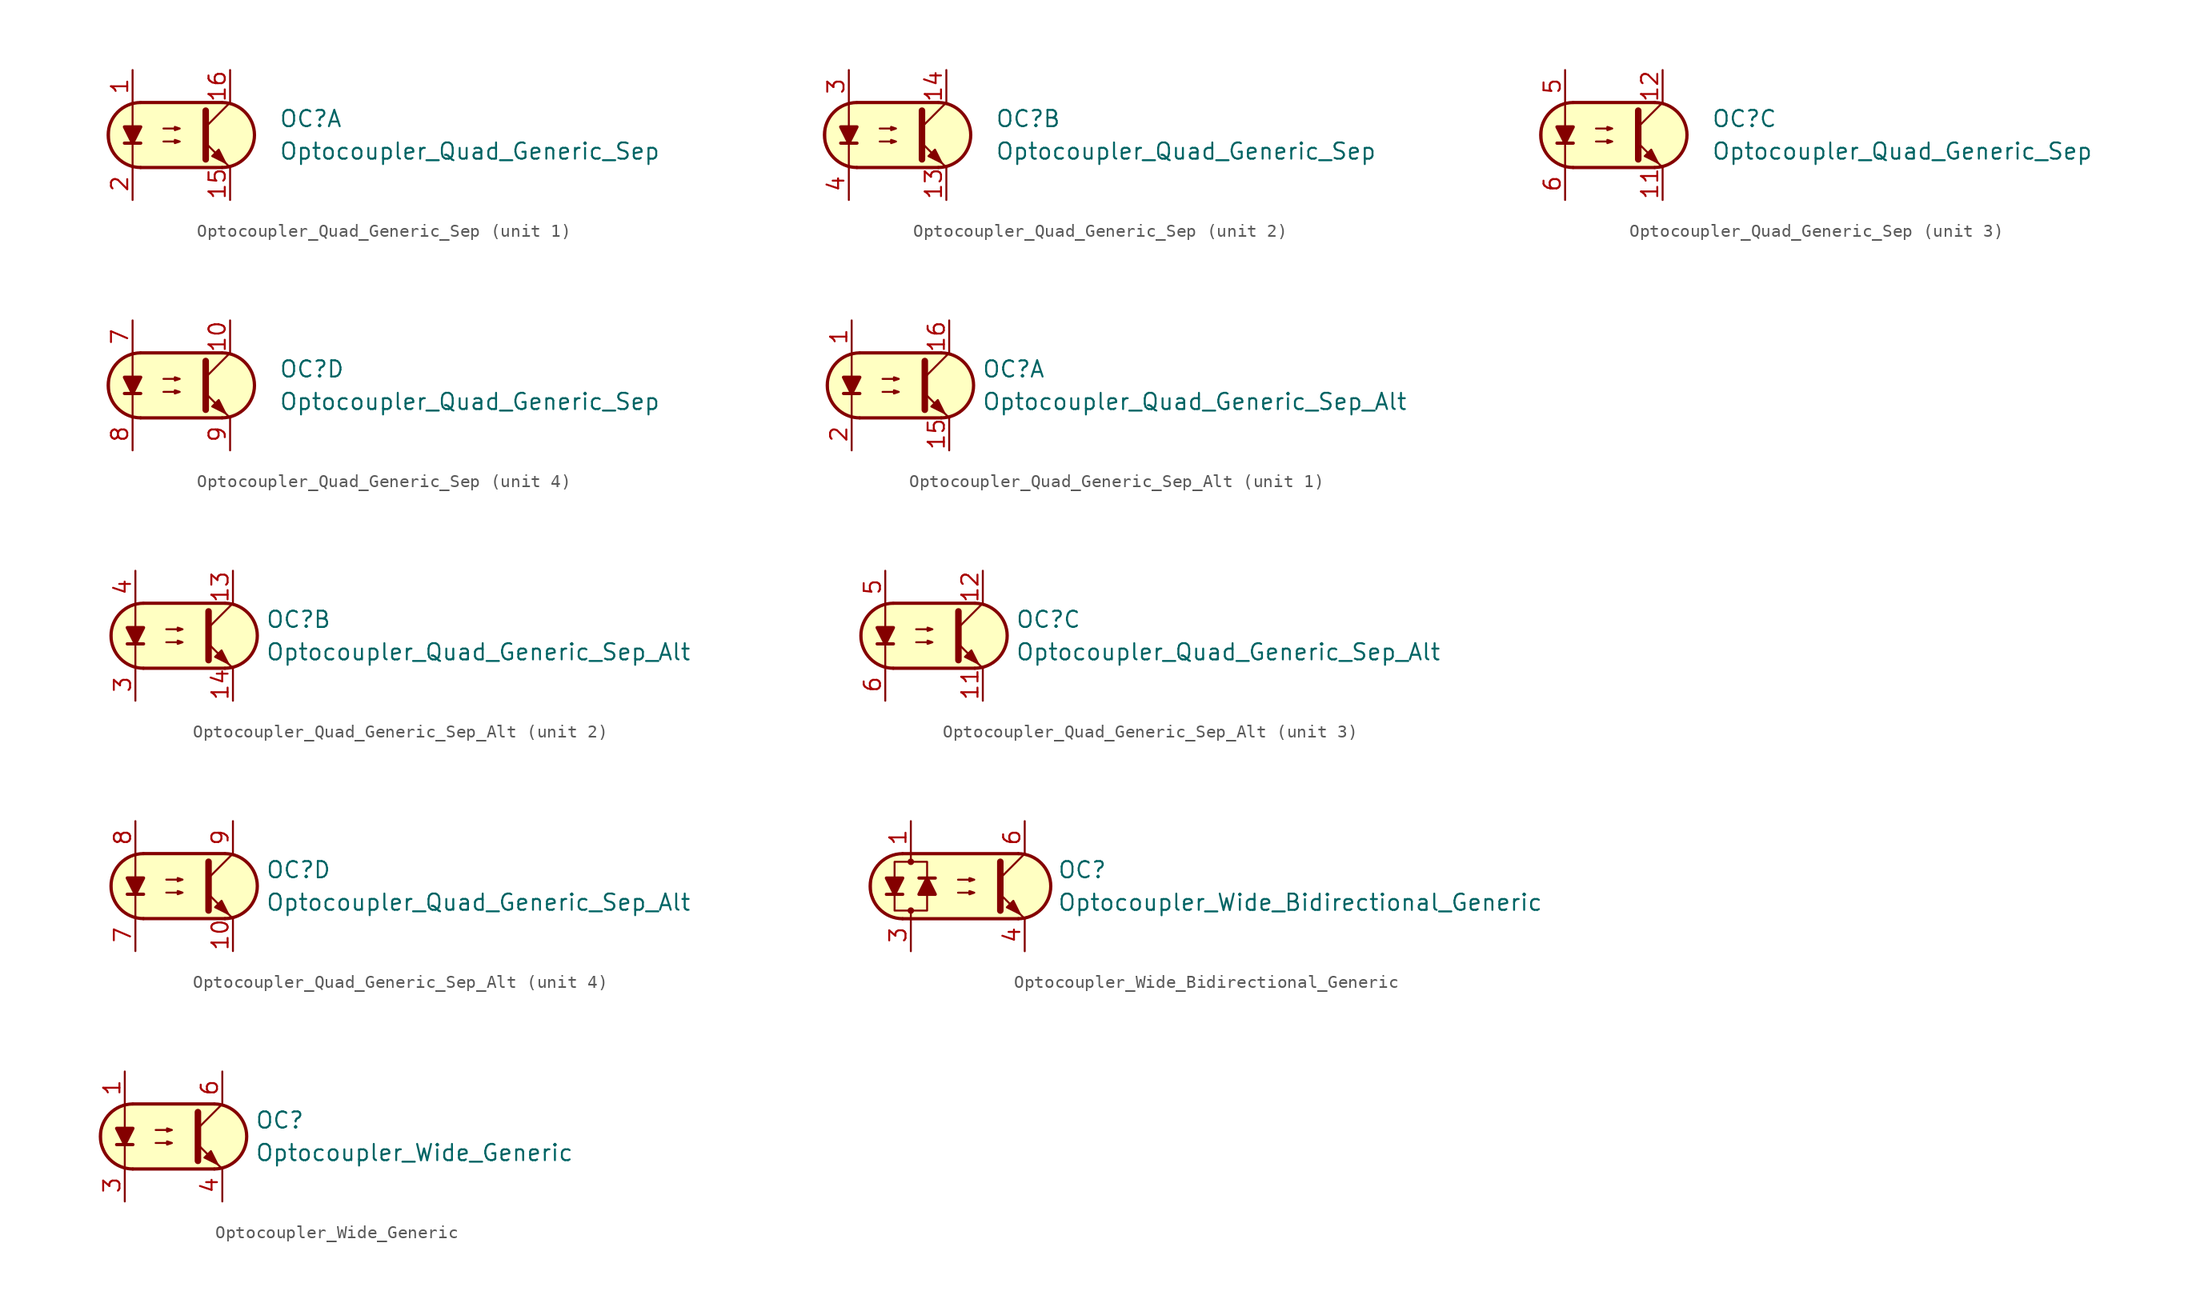
<source format=kicad_sym>
(kicad_symbol_lib
  (version 20211014)
  (generator kicad_symbol_editor)
  (symbol "Optocoupler_Quad_Generic_Sep"
    (pin_names
      (offset 1.016))
    (property "Reference" "OC"
      (at 7.62 1.27 0)
      (effects (font (size 1.27 1.27)) (justify left)))
    (property "Value" "Optocoupler_Quad_Generic_Sep"
      (at 7.62 -1.27 0)
      (effects (font (size 1.27 1.27)) (justify left)))
    (property "ki_locked" ""
      (at 0 0 0)
      (effects (font (size 1.27 1.27))))
    (symbol "Optocoupler_Quad_Generic_Sep_0_1"
      (arc (start -3.1975 2.54) (mid -5.7151 0) (end -3.1975 -2.54) (stroke (width 0.254) (type default) (color 0 0 0 0)) (fill (type none)))
      (polyline (pts (xy -4.445 -0.635) (xy -3.175 -0.635)) (stroke (width 0.254) (type default) (color 0 0 0 0)) (fill (type none)))
      (polyline (pts (xy -3.175 2.54) (xy 3.175 2.54)) (stroke (width 0.254) (type default) (color 0 0 0 0)) (fill (type none)))
      (polyline (pts (xy 1.905 0.635) (xy 3.81 2.54)) (stroke (width 0) (type default) (color 0 0 0 0)) (fill (type none)))
      (polyline (pts (xy 3.175 -2.54) (xy -3.175 -2.54)) (stroke (width 0.254) (type default) (color 0 0 0 0)) (fill (type none)))
      (polyline (pts (xy 3.81 -2.54) (xy 1.905 -0.635)) (stroke (width 0) (type default) (color 0 0 0 0)) (fill (type outline)))
      (polyline (pts (xy -3.81 -2.54) (xy -3.81 -1.27) (xy -3.81 2.54)) (stroke (width 0.152) (type default) (color 0 0 0 0)) (fill (type none)))
      (polyline (pts (xy 1.905 1.905) (xy 1.905 -1.905) (xy 1.905 -1.905)) (stroke (width 0.508) (type default) (color 0 0 0 0)) (fill (type none)))
      (polyline (pts (xy -3.81 -0.635) (xy -4.445 0.635) (xy -3.175 0.635) (xy -3.81 -0.635)) (stroke (width 0.254) (type default) (color 0 0 0 0)) (fill (type outline)))
      (polyline (pts (xy -1.397 -0.508) (xy -0.127 -0.508) (xy -0.508 -0.635) (xy -0.508 -0.381) (xy -0.127 -0.508)) (stroke (width 0) (type default) (color 0 0 0 0)) (fill (type none)))
      (polyline (pts (xy -1.397 0.508) (xy -0.127 0.508) (xy -0.508 0.381) (xy -0.508 0.635) (xy -0.127 0.508)) (stroke (width 0) (type default) (color 0 0 0 0)) (fill (type none)))
      (polyline (pts (xy 2.413 -1.651) (xy 2.921 -1.143) (xy 3.429 -2.159) (xy 2.413 -1.651) (xy 2.413 -1.651)) (stroke (width 0) (type default) (color 0 0 0 0)) (fill (type outline)))
      (polyline (pts (xy -2.54 2.54) (xy 3.429 2.54) (xy 4.318 2.286) (xy 4.699 2.032) (xy 5.08 1.651) (xy 5.461 1.016) (xy 5.715 0.381) (xy 5.715 -0.381) (xy 5.461 -1.143) (xy 4.826 -1.905) (xy 4.191 -2.286) (xy 3.302 -2.54) (xy -3.81 -2.54) (xy -3.81 -2.54) (xy -4.572 -2.032) (xy -5.08 -1.778) (xy -5.588 -0.508) (xy -5.588 0.254) (xy -5.588 1.016) (xy -5.08 1.778) (xy -4.318 2.286) (xy -3.556 2.54) (xy -2.54 2.54)) (stroke (width 0.01) (type default) (color 0 0 0 0)) (fill (type background)))
      (arc (start 3.1975 -2.54) (mid 5.7151 0) (end 3.1975 2.54) (stroke (width 0.254) (type default) (color 0 0 0 0)) (fill (type none))))
    (symbol "Optocoupler_Quad_Generic_Sep_1_1"
      (pin passive line (at -3.81 5.08 270) (length 2.54) (name "~" (effects (font (size 1.27 1.27)))) (number "1" (effects (font (size 1.27 1.27)))))
      (pin passive line (at 3.81 -5.08 90) (length 2.54) (name "~" (effects (font (size 1.27 1.27)))) (number "15" (effects (font (size 1.27 1.27)))))
      (pin passive line (at 3.81 5.08 270) (length 2.54) (name "~" (effects (font (size 1.27 1.27)))) (number "16" (effects (font (size 1.27 1.27)))))
      (pin passive line (at -3.81 -5.08 90) (length 2.54) (name "~" (effects (font (size 1.27 1.27)))) (number "2" (effects (font (size 1.27 1.27))))))
    (symbol "Optocoupler_Quad_Generic_Sep_2_1"
      (pin passive line (at 3.81 -5.08 90) (length 2.54) (name "~" (effects (font (size 1.27 1.27)))) (number "13" (effects (font (size 1.27 1.27)))))
      (pin passive line (at 3.81 5.08 270) (length 2.54) (name "~" (effects (font (size 1.27 1.27)))) (number "14" (effects (font (size 1.27 1.27)))))
      (pin passive line (at -3.81 5.08 270) (length 2.54) (name "~" (effects (font (size 1.27 1.27)))) (number "3" (effects (font (size 1.27 1.27)))))
      (pin passive line (at -3.81 -5.08 90) (length 2.54) (name "~" (effects (font (size 1.27 1.27)))) (number "4" (effects (font (size 1.27 1.27))))))
    (symbol "Optocoupler_Quad_Generic_Sep_3_1"
      (pin passive line (at 3.81 -5.08 90) (length 2.54) (name "~" (effects (font (size 1.27 1.27)))) (number "11" (effects (font (size 1.27 1.27)))))
      (pin passive line (at 3.81 5.08 270) (length 2.54) (name "~" (effects (font (size 1.27 1.27)))) (number "12" (effects (font (size 1.27 1.27)))))
      (pin passive line (at -3.81 5.08 270) (length 2.54) (name "~" (effects (font (size 1.27 1.27)))) (number "5" (effects (font (size 1.27 1.27)))))
      (pin passive line (at -3.81 -5.08 90) (length 2.54) (name "~" (effects (font (size 1.27 1.27)))) (number "6" (effects (font (size 1.27 1.27))))))
    (symbol "Optocoupler_Quad_Generic_Sep_4_1"
      (pin passive line (at 3.81 5.08 270) (length 2.54) (name "~" (effects (font (size 1.27 1.27)))) (number "10" (effects (font (size 1.27 1.27)))))
      (pin passive line (at -3.81 5.08 270) (length 2.54) (name "~" (effects (font (size 1.27 1.27)))) (number "7" (effects (font (size 1.27 1.27)))))
      (pin passive line (at -3.81 -5.08 90) (length 2.54) (name "~" (effects (font (size 1.27 1.27)))) (number "8" (effects (font (size 1.27 1.27)))))
      (pin passive line (at 3.81 -5.08 90) (length 2.54) (name "~" (effects (font (size 1.27 1.27)))) (number "9" (effects (font (size 1.27 1.27)))))))
  (symbol "Optocoupler_Quad_Generic_Sep_Alt"
    (pin_names
      (offset 1.016))
    (property "Reference" "OC"
      (at 6.35 1.27 0)
      (effects (font (size 1.27 1.27)) (justify left)))
    (property "Value" "Optocoupler_Quad_Generic_Sep_Alt"
      (at 6.35 -1.27 0)
      (effects (font (size 1.27 1.27)) (justify left)))
    (property "ki_locked" ""
      (at 0 0 0)
      (effects (font (size 1.27 1.27))))
    (symbol "Optocoupler_Quad_Generic_Sep_Alt_0_1"
      (arc (start -3.1975 2.54) (mid -5.7151 0) (end -3.1975 -2.54) (stroke (width 0.254) (type default) (color 0 0 0 0)) (fill (type none)))
      (polyline (pts (xy -4.445 -0.635) (xy -3.175 -0.635)) (stroke (width 0.254) (type default) (color 0 0 0 0)) (fill (type none)))
      (polyline (pts (xy -3.175 2.54) (xy 3.175 2.54)) (stroke (width 0.254) (type default) (color 0 0 0 0)) (fill (type none)))
      (polyline (pts (xy 1.905 0.635) (xy 3.81 2.54)) (stroke (width 0) (type default) (color 0 0 0 0)) (fill (type none)))
      (polyline (pts (xy 3.175 -2.54) (xy -3.175 -2.54)) (stroke (width 0.254) (type default) (color 0 0 0 0)) (fill (type none)))
      (polyline (pts (xy 3.81 -2.54) (xy 1.905 -0.635)) (stroke (width 0) (type default) (color 0 0 0 0)) (fill (type outline)))
      (polyline (pts (xy -3.81 -2.54) (xy -3.81 -1.27) (xy -3.81 2.54)) (stroke (width 0.152) (type default) (color 0 0 0 0)) (fill (type none)))
      (polyline (pts (xy 1.905 1.905) (xy 1.905 -1.905) (xy 1.905 -1.905)) (stroke (width 0.508) (type default) (color 0 0 0 0)) (fill (type none)))
      (polyline (pts (xy -3.81 -0.635) (xy -4.445 0.635) (xy -3.175 0.635) (xy -3.81 -0.635)) (stroke (width 0.254) (type default) (color 0 0 0 0)) (fill (type outline)))
      (polyline (pts (xy -1.397 -0.508) (xy -0.127 -0.508) (xy -0.508 -0.635) (xy -0.508 -0.381) (xy -0.127 -0.508)) (stroke (width 0) (type default) (color 0 0 0 0)) (fill (type none)))
      (polyline (pts (xy -1.397 0.508) (xy -0.127 0.508) (xy -0.508 0.381) (xy -0.508 0.635) (xy -0.127 0.508)) (stroke (width 0) (type default) (color 0 0 0 0)) (fill (type none)))
      (polyline (pts (xy 2.413 -1.651) (xy 2.921 -1.143) (xy 3.429 -2.159) (xy 2.413 -1.651) (xy 2.413 -1.651)) (stroke (width 0) (type default) (color 0 0 0 0)) (fill (type outline)))
      (polyline (pts (xy -2.54 2.54) (xy 3.429 2.54) (xy 4.318 2.286) (xy 4.699 2.032) (xy 5.08 1.651) (xy 5.461 1.016) (xy 5.715 0.381) (xy 5.715 -0.381) (xy 5.461 -1.143) (xy 4.826 -1.905) (xy 4.191 -2.286) (xy 3.302 -2.54) (xy -3.81 -2.54) (xy -3.81 -2.54) (xy -4.572 -2.032) (xy -5.08 -1.778) (xy -5.588 -0.508) (xy -5.588 0.254) (xy -5.588 1.016) (xy -5.08 1.778) (xy -4.318 2.286) (xy -3.556 2.54) (xy -2.54 2.54)) (stroke (width 0.01) (type default) (color 0 0 0 0)) (fill (type background)))
      (arc (start 3.1975 -2.54) (mid 5.7151 0) (end 3.1975 2.54) (stroke (width 0.254) (type default) (color 0 0 0 0)) (fill (type none))))
    (symbol "Optocoupler_Quad_Generic_Sep_Alt_1_1"
      (pin passive line (at -3.81 5.08 270) (length 2.54) (name "~" (effects (font (size 1.27 1.27)))) (number "1" (effects (font (size 1.27 1.27)))))
      (pin passive line (at 3.81 -5.08 90) (length 2.54) (name "~" (effects (font (size 1.27 1.27)))) (number "15" (effects (font (size 1.27 1.27)))))
      (pin passive line (at 3.81 5.08 270) (length 2.54) (name "~" (effects (font (size 1.27 1.27)))) (number "16" (effects (font (size 1.27 1.27)))))
      (pin passive line (at -3.81 -5.08 90) (length 2.54) (name "~" (effects (font (size 1.27 1.27)))) (number "2" (effects (font (size 1.27 1.27))))))
    (symbol "Optocoupler_Quad_Generic_Sep_Alt_2_1"
      (pin passive line (at 3.81 5.08 270) (length 2.54) (name "~" (effects (font (size 1.27 1.27)))) (number "13" (effects (font (size 1.27 1.27)))))
      (pin passive line (at 3.81 -5.08 90) (length 2.54) (name "~" (effects (font (size 1.27 1.27)))) (number "14" (effects (font (size 1.27 1.27)))))
      (pin passive line (at -3.81 -5.08 90) (length 2.54) (name "~" (effects (font (size 1.27 1.27)))) (number "3" (effects (font (size 1.27 1.27)))))
      (pin passive line (at -3.81 5.08 270) (length 2.54) (name "~" (effects (font (size 1.27 1.27)))) (number "4" (effects (font (size 1.27 1.27))))))
    (symbol "Optocoupler_Quad_Generic_Sep_Alt_3_1"
      (pin passive line (at 3.81 -5.08 90) (length 2.54) (name "~" (effects (font (size 1.27 1.27)))) (number "11" (effects (font (size 1.27 1.27)))))
      (pin passive line (at 3.81 5.08 270) (length 2.54) (name "~" (effects (font (size 1.27 1.27)))) (number "12" (effects (font (size 1.27 1.27)))))
      (pin passive line (at -3.81 5.08 270) (length 2.54) (name "~" (effects (font (size 1.27 1.27)))) (number "5" (effects (font (size 1.27 1.27)))))
      (pin passive line (at -3.81 -5.08 90) (length 2.54) (name "~" (effects (font (size 1.27 1.27)))) (number "6" (effects (font (size 1.27 1.27))))))
    (symbol "Optocoupler_Quad_Generic_Sep_Alt_4_1"
      (pin passive line (at 3.81 -5.08 90) (length 2.54) (name "~" (effects (font (size 1.27 1.27)))) (number "10" (effects (font (size 1.27 1.27)))))
      (pin passive line (at -3.81 -5.08 90) (length 2.54) (name "~" (effects (font (size 1.27 1.27)))) (number "7" (effects (font (size 1.27 1.27)))))
      (pin passive line (at -3.81 5.08 270) (length 2.54) (name "~" (effects (font (size 1.27 1.27)))) (number "8" (effects (font (size 1.27 1.27)))))
      (pin passive line (at 3.81 5.08 270) (length 2.54) (name "~" (effects (font (size 1.27 1.27)))) (number "9" (effects (font (size 1.27 1.27)))))))
  (symbol "Optocoupler_Wide_Bidirectional_Generic"
    (pin_names
      (offset 1.016))
    (property "Reference" "OC"
      (at 7.62 1.27 0)
      (effects (font (size 1.27 1.27)) (justify left)))
    (property "Value" "Optocoupler_Wide_Bidirectional_Generic"
      (at 7.62 -1.27 0)
      (effects (font (size 1.27 1.27)) (justify left)))
    (symbol "Optocoupler_Wide_Bidirectional_Generic_0_1"
      (arc (start -4.4675 2.54) (mid -6.9851 0) (end -4.4675 -2.54) (stroke (width 0.254) (type default) (color 0 0 0 0)) (fill (type none)))
      (circle (center -3.81 -1.905) (radius 0.178) (stroke (width 0) (type default) (color 0 0 0 0)) (fill (type outline)))
      (circle (center -3.81 1.905) (radius 0.178) (stroke (width 0) (type default) (color 0 0 0 0)) (fill (type outline)))
      (polyline (pts (xy -5.715 -0.635) (xy -4.445 -0.635)) (stroke (width 0.254) (type default) (color 0 0 0 0)) (fill (type none)))
      (polyline (pts (xy -4.445 2.54) (xy 4.572 2.54)) (stroke (width 0.254) (type default) (color 0 0 0 0)) (fill (type none)))
      (polyline (pts (xy -3.81 1.905) (xy -3.81 2.54)) (stroke (width 0.152) (type default) (color 0 0 0 0)) (fill (type none)))
      (polyline (pts (xy -1.905 0.635) (xy -3.175 0.635)) (stroke (width 0.254) (type default) (color 0 0 0 0)) (fill (type none)))
      (polyline (pts (xy 3.175 0.635) (xy 5.08 2.54)) (stroke (width 0) (type default) (color 0 0 0 0)) (fill (type none)))
      (polyline (pts (xy 4.572 -2.54) (xy -4.445 -2.54)) (stroke (width 0.254) (type default) (color 0 0 0 0)) (fill (type none)))
      (polyline (pts (xy 5.08 -2.54) (xy 3.175 -0.635)) (stroke (width 0) (type default) (color 0 0 0 0)) (fill (type outline)))
      (polyline (pts (xy 3.175 1.905) (xy 3.175 -1.905) (xy 3.175 -1.905)) (stroke (width 0.508) (type default) (color 0 0 0 0)) (fill (type none)))
      (polyline (pts (xy -5.08 -0.635) (xy -5.715 0.635) (xy -4.445 0.635) (xy -5.08 -0.635)) (stroke (width 0.254) (type default) (color 0 0 0 0)) (fill (type outline)))
      (polyline (pts (xy -2.54 0.635) (xy -1.905 -0.635) (xy -3.175 -0.635) (xy -2.54 0.635)) (stroke (width 0.254) (type default) (color 0 0 0 0)) (fill (type outline)))
      (polyline (pts (xy -0.127 -0.508) (xy 1.143 -0.508) (xy 0.762 -0.635) (xy 0.762 -0.381) (xy 1.143 -0.508)) (stroke (width 0) (type default) (color 0 0 0 0)) (fill (type none)))
      (polyline (pts (xy -0.127 0.508) (xy 1.143 0.508) (xy 0.762 0.381) (xy 0.762 0.635) (xy 1.143 0.508)) (stroke (width 0) (type default) (color 0 0 0 0)) (fill (type none)))
      (polyline (pts (xy 3.683 -1.651) (xy 4.191 -1.143) (xy 4.699 -2.159) (xy 3.683 -1.651) (xy 3.683 -1.651)) (stroke (width 0) (type default) (color 0 0 0 0)) (fill (type outline)))
      (polyline (pts (xy -3.81 -2.54) (xy -3.81 -1.905) (xy -5.08 -1.905) (xy -5.08 1.905) (xy -2.54 1.905) (xy -2.54 -1.905) (xy -3.81 -1.905)) (stroke (width 0.152) (type default) (color 0 0 0 0)) (fill (type none)))
      (polyline (pts (xy -3.81 2.54) (xy 4.826 2.54) (xy 5.334 2.413) (xy 5.969 2.159) (xy 6.604 1.524) (xy 6.985 0.762) (xy 7.112 0) (xy 6.985 -0.889) (xy 6.477 -1.651) (xy 5.969 -2.159) (xy 5.334 -2.413) (xy 4.699 -2.54) (xy -5.08 -2.54) (xy -5.08 -2.54) (xy -5.842 -2.032) (xy -6.35 -1.778) (xy -6.858 -0.508) (xy -6.858 0.254) (xy -6.858 1.016) (xy -6.35 1.778) (xy -5.588 2.286) (xy -4.826 2.54) (xy -3.81 2.54)) (stroke (width 0.01) (type default) (color 0 0 0 0)) (fill (type background)))
      (arc (start 4.5945 -2.54) (mid 7.1121 0) (end 4.5945 2.54) (stroke (width 0.254) (type default) (color 0 0 0 0)) (fill (type none))))
    (symbol "Optocoupler_Wide_Bidirectional_Generic_1_1"
      (pin passive line (at -3.81 5.08 270) (length 2.54) (name "~" (effects (font (size 1.27 1.27)))) (number "1" (effects (font (size 1.27 1.27)))))
      (pin no_connect line (at -1.27 1.27 0) (length 2.54) hide (name "NC" (effects (font (size 1.27 1.27)))) (number "2" (effects (font (size 1.27 1.27)))))
      (pin passive line (at -3.81 -5.08 90) (length 2.54) (name "~" (effects (font (size 1.27 1.27)))) (number "3" (effects (font (size 1.27 1.27)))))
      (pin passive line (at 5.08 -5.08 90) (length 2.54) (name "~" (effects (font (size 1.27 1.27)))) (number "4" (effects (font (size 1.27 1.27)))))
      (pin no_connect line (at -1.27 -1.27 0) (length 2.54) hide (name "NC" (effects (font (size 1.27 1.27)))) (number "5" (effects (font (size 1.27 1.27)))))
      (pin passive line (at 5.08 5.08 270) (length 2.54) (name "~" (effects (font (size 1.27 1.27)))) (number "6" (effects (font (size 1.27 1.27)))))))
  (symbol "Optocoupler_Wide_Generic"
    (pin_names
      (offset 1.016))
    (property "Reference" "OC"
      (at 6.35 1.27 0)
      (effects (font (size 1.27 1.27)) (justify left)))
    (property "Value" "Optocoupler_Wide_Generic"
      (at 6.35 -1.27 0)
      (effects (font (size 1.27 1.27)) (justify left)))
    (symbol "Optocoupler_Wide_Generic_0_1"
      (arc (start -3.1975 2.54) (mid -5.7151 0) (end -3.1975 -2.54) (stroke (width 0.254) (type default) (color 0 0 0 0)) (fill (type none)))
      (polyline (pts (xy -4.445 -0.635) (xy -3.175 -0.635)) (stroke (width 0.254) (type default) (color 0 0 0 0)) (fill (type none)))
      (polyline (pts (xy -3.175 2.54) (xy 3.175 2.54)) (stroke (width 0.254) (type default) (color 0 0 0 0)) (fill (type none)))
      (polyline (pts (xy 1.905 0.635) (xy 3.81 2.54)) (stroke (width 0) (type default) (color 0 0 0 0)) (fill (type none)))
      (polyline (pts (xy 3.175 -2.54) (xy -3.175 -2.54)) (stroke (width 0.254) (type default) (color 0 0 0 0)) (fill (type none)))
      (polyline (pts (xy 3.81 -2.54) (xy 1.905 -0.635)) (stroke (width 0) (type default) (color 0 0 0 0)) (fill (type outline)))
      (polyline (pts (xy -3.81 -2.54) (xy -3.81 -1.27) (xy -3.81 2.54)) (stroke (width 0.152) (type default) (color 0 0 0 0)) (fill (type none)))
      (polyline (pts (xy 1.905 1.905) (xy 1.905 -1.905) (xy 1.905 -1.905)) (stroke (width 0.508) (type default) (color 0 0 0 0)) (fill (type none)))
      (polyline (pts (xy -3.81 -0.635) (xy -4.445 0.635) (xy -3.175 0.635) (xy -3.81 -0.635)) (stroke (width 0.254) (type default) (color 0 0 0 0)) (fill (type outline)))
      (polyline (pts (xy -1.397 -0.508) (xy -0.127 -0.508) (xy -0.508 -0.635) (xy -0.508 -0.381) (xy -0.127 -0.508)) (stroke (width 0) (type default) (color 0 0 0 0)) (fill (type none)))
      (polyline (pts (xy -1.397 0.508) (xy -0.127 0.508) (xy -0.508 0.381) (xy -0.508 0.635) (xy -0.127 0.508)) (stroke (width 0) (type default) (color 0 0 0 0)) (fill (type none)))
      (polyline (pts (xy 2.413 -1.651) (xy 2.921 -1.143) (xy 3.429 -2.159) (xy 2.413 -1.651) (xy 2.413 -1.651)) (stroke (width 0) (type default) (color 0 0 0 0)) (fill (type outline)))
      (polyline (pts (xy -2.54 2.54) (xy 3.429 2.54) (xy 4.318 2.286) (xy 4.699 2.032) (xy 5.08 1.651) (xy 5.461 1.016) (xy 5.715 0.381) (xy 5.715 -0.381) (xy 5.461 -1.143) (xy 4.826 -1.905) (xy 4.191 -2.286) (xy 3.302 -2.54) (xy -3.81 -2.54) (xy -3.81 -2.54) (xy -4.572 -2.032) (xy -5.08 -1.778) (xy -5.588 -0.508) (xy -5.588 0.254) (xy -5.588 1.016) (xy -5.08 1.778) (xy -4.318 2.286) (xy -3.556 2.54) (xy -2.54 2.54)) (stroke (width 0.01) (type default) (color 0 0 0 0)) (fill (type background)))
      (arc (start 3.1975 -2.54) (mid 5.7151 0) (end 3.1975 2.54) (stroke (width 0.254) (type default) (color 0 0 0 0)) (fill (type none))))
    (symbol "Optocoupler_Wide_Generic_1_1"
      (pin passive line (at -3.81 5.08 270) (length 2.54) (name "~" (effects (font (size 1.27 1.27)))) (number "1" (effects (font (size 1.27 1.27)))))
      (pin no_connect line (at -1.27 1.27 0) (length 2.54) hide (name "NC" (effects (font (size 1.27 1.27)))) (number "2" (effects (font (size 1.27 1.27)))))
      (pin passive line (at -3.81 -5.08 90) (length 2.54) (name "~" (effects (font (size 1.27 1.27)))) (number "3" (effects (font (size 1.27 1.27)))))
      (pin passive line (at 3.81 -5.08 90) (length 2.54) (name "~" (effects (font (size 1.27 1.27)))) (number "4" (effects (font (size 1.27 1.27)))))
      (pin no_connect line (at -1.27 -1.27 0) (length 2.54) hide (name "NC" (effects (font (size 1.27 1.27)))) (number "5" (effects (font (size 1.27 1.27)))))
      (pin passive line (at 3.81 5.08 270) (length 2.54) (name "~" (effects (font (size 1.27 1.27)))) (number "6" (effects (font (size 1.27 1.27))))))))
</source>
